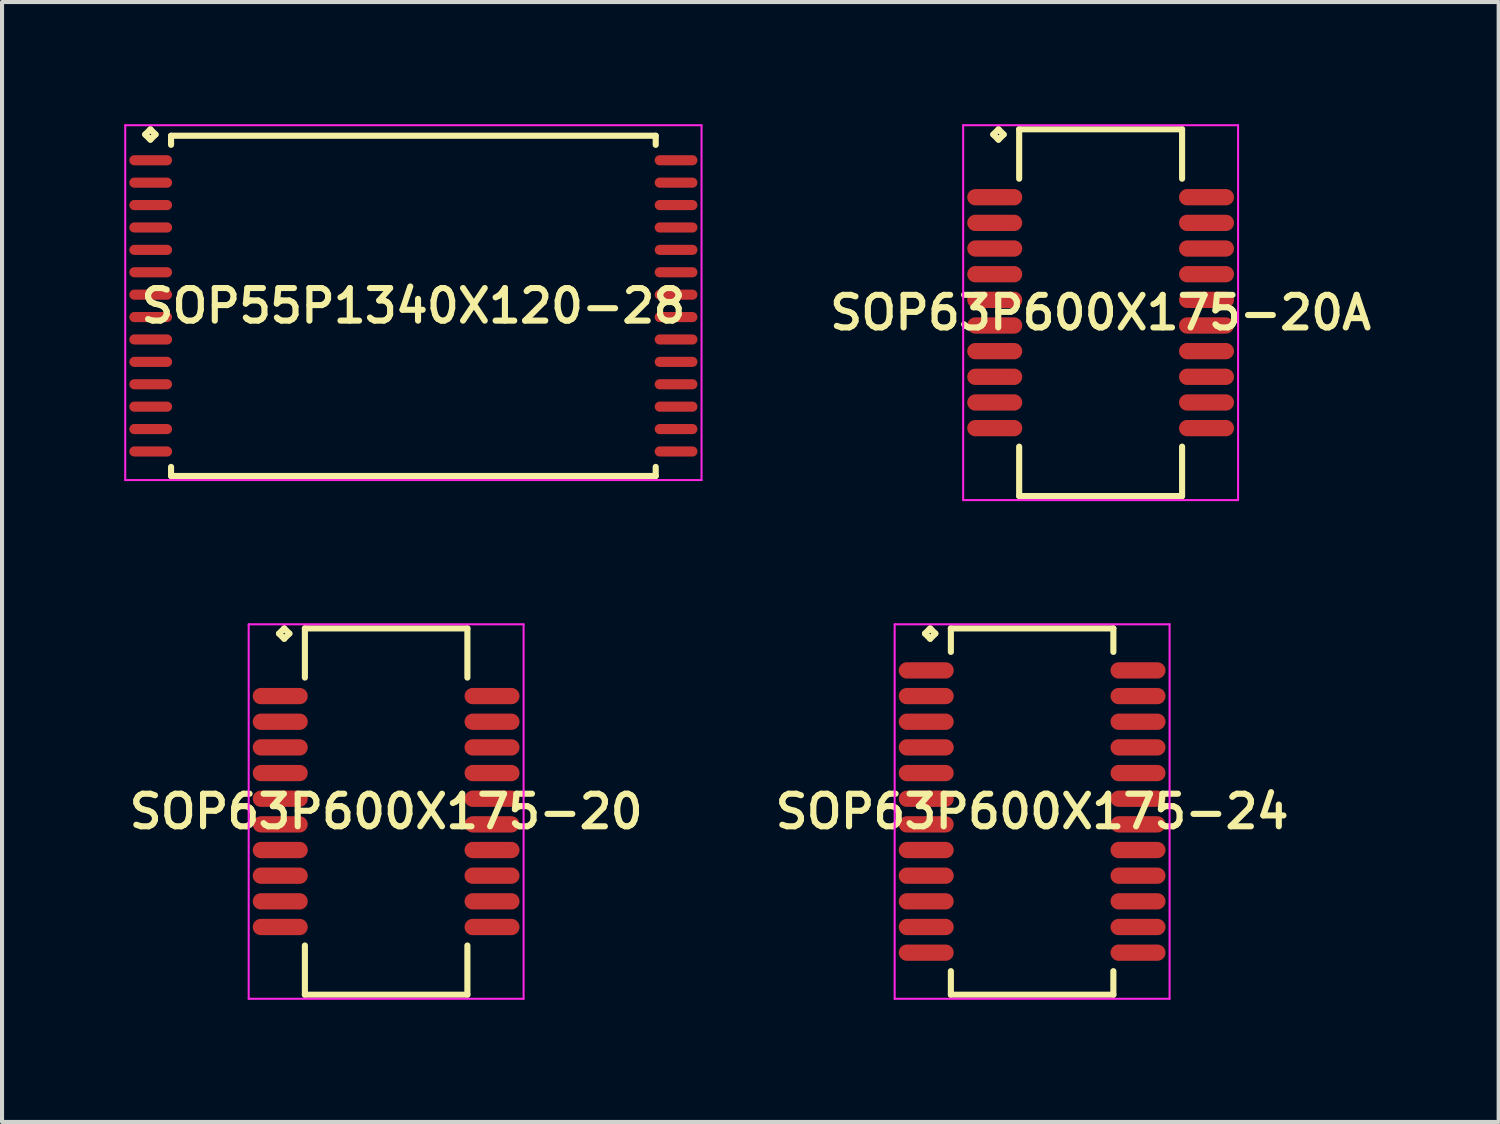
<source format=kicad_pcb>
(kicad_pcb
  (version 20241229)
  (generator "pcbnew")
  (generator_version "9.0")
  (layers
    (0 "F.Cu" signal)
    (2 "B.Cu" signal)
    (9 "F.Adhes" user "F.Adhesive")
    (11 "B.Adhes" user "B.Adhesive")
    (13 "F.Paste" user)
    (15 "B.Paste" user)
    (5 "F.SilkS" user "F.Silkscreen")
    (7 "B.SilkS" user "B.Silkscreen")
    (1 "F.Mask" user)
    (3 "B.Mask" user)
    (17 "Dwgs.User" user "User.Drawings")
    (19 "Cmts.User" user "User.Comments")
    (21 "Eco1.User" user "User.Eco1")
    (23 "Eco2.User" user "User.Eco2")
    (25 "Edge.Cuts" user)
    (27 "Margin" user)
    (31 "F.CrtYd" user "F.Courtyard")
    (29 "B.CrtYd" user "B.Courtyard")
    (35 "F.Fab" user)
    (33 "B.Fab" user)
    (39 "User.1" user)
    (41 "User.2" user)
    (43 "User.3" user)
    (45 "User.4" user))
  (footprint "SOP63P600X175-24"
    (layer "F.Cu")
    (at 22.292 16.876)
    (property "Reference" "SOP63P600X175-24" (at 0 0 0) (layer "F.SilkS") (effects (font (size 0.8 0.8) (thickness 0.15))))
    (attr smd)
    (fp_line (start -2.63 -4.37) (end -2.503 -4.497) (stroke (width 0.15) (type solid)) (layer "F.SilkS"))
    (fp_line (start -2.503 -4.497) (end -2.376 -4.37) (stroke (width 0.15) (type solid)) (layer "F.SilkS"))
    (fp_line (start -2.503 -4.243) (end -2.63 -4.37) (stroke (width 0.15) (type solid)) (layer "F.SilkS"))
    (fp_line (start -2.376 -4.37) (end -2.503 -4.243) (stroke (width 0.15) (type solid)) (layer "F.SilkS"))
    (fp_line (start -1.995 -4.497) (end 1.995 -4.497) (stroke (width 0.15) (type solid)) (layer "F.SilkS"))
    (fp_line (start -1.995 -3.919) (end -1.995 -4.497) (stroke (width 0.15) (type solid)) (layer "F.SilkS"))
    (fp_line (start -1.995 3.919) (end -1.995 4.497) (stroke (width 0.15) (type solid)) (layer "F.SilkS"))
    (fp_line (start -1.995 4.497) (end 1.995 4.497) (stroke (width 0.15) (type solid)) (layer "F.SilkS"))
    (fp_line (start 1.995 -4.497) (end 1.995 -3.919) (stroke (width 0.15) (type solid)) (layer "F.SilkS"))
    (fp_line (start 1.995 4.497) (end 1.995 3.919) (stroke (width 0.15) (type solid)) (layer "F.SilkS"))
    (fp_line (start -3.375 -4.597) (end 3.375 -4.597) (stroke (width 0.05) (type solid)) (layer "F.CrtYd"))
    (fp_line (start -3.375 4.597) (end -3.375 -4.597) (stroke (width 0.05) (type solid)) (layer "F.CrtYd"))
    (fp_line (start 3.375 -4.597) (end 3.375 4.597) (stroke (width 0.05) (type solid)) (layer "F.CrtYd"))
    (fp_line (start 3.375 4.597) (end -3.375 4.597) (stroke (width 0.05) (type solid)) (layer "F.CrtYd"))
    (pad "1" smd oval (at -2.6 -3.465) (size 1.35 0.4) (layers "F.Cu" "F.Mask" "F.Paste"))
    (pad "2" smd oval (at -2.6 -2.835) (size 1.35 0.4) (layers "F.Cu" "F.Mask" "F.Paste"))
    (pad "3" smd oval (at -2.6 -2.205) (size 1.35 0.4) (layers "F.Cu" "F.Mask" "F.Paste"))
    (pad "4" smd oval (at -2.6 -1.575) (size 1.35 0.4) (layers "F.Cu" "F.Mask" "F.Paste"))
    (pad "5" smd oval (at -2.6 -0.945) (size 1.35 0.4) (layers "F.Cu" "F.Mask" "F.Paste"))
    (pad "6" smd oval (at -2.6 -0.315) (size 1.35 0.4) (layers "F.Cu" "F.Mask" "F.Paste"))
    (pad "7" smd oval (at -2.6 0.315) (size 1.35 0.4) (layers "F.Cu" "F.Mask" "F.Paste"))
    (pad "8" smd oval (at -2.6 0.945) (size 1.35 0.4) (layers "F.Cu" "F.Mask" "F.Paste"))
    (pad "9" smd oval (at -2.6 1.575) (size 1.35 0.4) (layers "F.Cu" "F.Mask" "F.Paste"))
    (pad "10" smd oval (at -2.6 2.205) (size 1.35 0.4) (layers "F.Cu" "F.Mask" "F.Paste"))
    (pad "11" smd oval (at -2.6 2.835) (size 1.35 0.4) (layers "F.Cu" "F.Mask" "F.Paste"))
    (pad "12" smd oval (at -2.6 3.465) (size 1.35 0.4) (layers "F.Cu" "F.Mask" "F.Paste"))
    (pad "13" smd oval (at 2.6 3.465) (size 1.35 0.4) (layers "F.Cu" "F.Mask" "F.Paste"))
    (pad "14" smd oval (at 2.6 2.835) (size 1.35 0.4) (layers "F.Cu" "F.Mask" "F.Paste"))
    (pad "15" smd oval (at 2.6 2.205) (size 1.35 0.4) (layers "F.Cu" "F.Mask" "F.Paste"))
    (pad "16" smd oval (at 2.6 1.575) (size 1.35 0.4) (layers "F.Cu" "F.Mask" "F.Paste"))
    (pad "17" smd oval (at 2.6 0.945) (size 1.35 0.4) (layers "F.Cu" "F.Mask" "F.Paste"))
    (pad "18" smd oval (at 2.6 0.315) (size 1.35 0.4) (layers "F.Cu" "F.Mask" "F.Paste"))
    (pad "19" smd oval (at 2.6 -0.315) (size 1.35 0.4) (layers "F.Cu" "F.Mask" "F.Paste"))
    (pad "20" smd oval (at 2.6 -0.945) (size 1.35 0.4) (layers "F.Cu" "F.Mask" "F.Paste"))
    (pad "21" smd oval (at 2.6 -1.575) (size 1.35 0.4) (layers "F.Cu" "F.Mask" "F.Paste"))
    (pad "22" smd oval (at 2.6 -2.205) (size 1.35 0.4) (layers "F.Cu" "F.Mask" "F.Paste"))
    (pad "23" smd oval (at 2.6 -2.835) (size 1.35 0.4) (layers "F.Cu" "F.Mask" "F.Paste"))
    (pad "24" smd oval (at 2.6 -3.465) (size 1.35 0.4) (layers "F.Cu" "F.Mask" "F.Paste")))
  (footprint "SOP55P1340X120-28"
    (layer "F.Cu")
    (at 7.1 4.46)
    (property "Reference" "SOP55P1340X120-28" (at 0 0 0) (layer "F.SilkS") (effects (font (size 0.8 0.8) (thickness 0.15))))
    (attr smd)
    (fp_line (start -6.585 -4.208) (end -6.458 -4.335) (stroke (width 0.15) (type solid)) (layer "F.SilkS"))
    (fp_line (start -6.458 -4.335) (end -6.331 -4.208) (stroke (width 0.15) (type solid)) (layer "F.SilkS"))
    (fp_line (start -6.458 -4.081) (end -6.585 -4.208) (stroke (width 0.15) (type solid)) (layer "F.SilkS"))
    (fp_line (start -6.331 -4.208) (end -6.458 -4.081) (stroke (width 0.15) (type solid)) (layer "F.SilkS"))
    (fp_line (start -5.95 -4.177) (end 5.95 -4.177) (stroke (width 0.15) (type solid)) (layer "F.SilkS"))
    (fp_line (start -5.95 -3.954) (end -5.95 -4.177) (stroke (width 0.15) (type solid)) (layer "F.SilkS"))
    (fp_line (start -5.95 3.954) (end -5.95 4.177) (stroke (width 0.15) (type solid)) (layer "F.SilkS"))
    (fp_line (start -5.95 4.177) (end 5.95 4.177) (stroke (width 0.15) (type solid)) (layer "F.SilkS"))
    (fp_line (start 5.95 -4.177) (end 5.95 -3.954) (stroke (width 0.15) (type solid)) (layer "F.SilkS"))
    (fp_line (start 5.95 4.177) (end 5.95 3.954) (stroke (width 0.15) (type solid)) (layer "F.SilkS"))
    (fp_line (start -7.075 -4.435) (end 7.075 -4.435) (stroke (width 0.05) (type solid)) (layer "F.CrtYd"))
    (fp_line (start -7.075 4.277) (end -7.075 -4.435) (stroke (width 0.05) (type solid)) (layer "F.CrtYd"))
    (fp_line (start 7.075 -4.435) (end 7.075 4.277) (stroke (width 0.05) (type solid)) (layer "F.CrtYd"))
    (fp_line (start 7.075 4.277) (end -7.075 4.277) (stroke (width 0.05) (type solid)) (layer "F.CrtYd"))
    (pad "1" smd oval (at -6.45 -3.575) (size 1.05 0.25) (layers "F.Cu" "F.Mask" "F.Paste"))
    (pad "2" smd oval (at -6.45 -3.025) (size 1.05 0.25) (layers "F.Cu" "F.Mask" "F.Paste"))
    (pad "3" smd oval (at -6.45 -2.475) (size 1.05 0.25) (layers "F.Cu" "F.Mask" "F.Paste"))
    (pad "4" smd oval (at -6.45 -1.925) (size 1.05 0.25) (layers "F.Cu" "F.Mask" "F.Paste"))
    (pad "5" smd oval (at -6.45 -1.375) (size 1.05 0.25) (layers "F.Cu" "F.Mask" "F.Paste"))
    (pad "6" smd oval (at -6.45 -0.825) (size 1.05 0.25) (layers "F.Cu" "F.Mask" "F.Paste"))
    (pad "7" smd oval (at -6.45 -0.275) (size 1.05 0.25) (layers "F.Cu" "F.Mask" "F.Paste"))
    (pad "8" smd oval (at -6.45 0.275) (size 1.05 0.25) (layers "F.Cu" "F.Mask" "F.Paste"))
    (pad "9" smd oval (at -6.45 0.825) (size 1.05 0.25) (layers "F.Cu" "F.Mask" "F.Paste"))
    (pad "10" smd oval (at -6.45 1.375) (size 1.05 0.25) (layers "F.Cu" "F.Mask" "F.Paste"))
    (pad "11" smd oval (at -6.45 1.925) (size 1.05 0.25) (layers "F.Cu" "F.Mask" "F.Paste"))
    (pad "12" smd oval (at -6.45 2.475) (size 1.05 0.25) (layers "F.Cu" "F.Mask" "F.Paste"))
    (pad "13" smd oval (at -6.45 3.025) (size 1.05 0.25) (layers "F.Cu" "F.Mask" "F.Paste"))
    (pad "14" smd oval (at -6.45 3.575) (size 1.05 0.25) (layers "F.Cu" "F.Mask" "F.Paste"))
    (pad "15" smd oval (at 6.45 3.575) (size 1.05 0.25) (layers "F.Cu" "F.Mask" "F.Paste"))
    (pad "16" smd oval (at 6.45 3.025) (size 1.05 0.25) (layers "F.Cu" "F.Mask" "F.Paste"))
    (pad "17" smd oval (at 6.45 2.475) (size 1.05 0.25) (layers "F.Cu" "F.Mask" "F.Paste"))
    (pad "18" smd oval (at 6.45 1.925) (size 1.05 0.25) (layers "F.Cu" "F.Mask" "F.Paste"))
    (pad "19" smd oval (at 6.45 1.375) (size 1.05 0.25) (layers "F.Cu" "F.Mask" "F.Paste"))
    (pad "20" smd oval (at 6.45 0.825) (size 1.05 0.25) (layers "F.Cu" "F.Mask" "F.Paste"))
    (pad "21" smd oval (at 6.45 0.275) (size 1.05 0.25) (layers "F.Cu" "F.Mask" "F.Paste"))
    (pad "22" smd oval (at 6.45 -0.275) (size 1.05 0.25) (layers "F.Cu" "F.Mask" "F.Paste"))
    (pad "23" smd oval (at 6.45 -0.825) (size 1.05 0.25) (layers "F.Cu" "F.Mask" "F.Paste"))
    (pad "24" smd oval (at 6.45 -1.375) (size 1.05 0.25) (layers "F.Cu" "F.Mask" "F.Paste"))
    (pad "25" smd oval (at 6.45 -1.925) (size 1.05 0.25) (layers "F.Cu" "F.Mask" "F.Paste"))
    (pad "26" smd oval (at 6.45 -2.475) (size 1.05 0.25) (layers "F.Cu" "F.Mask" "F.Paste"))
    (pad "27" smd oval (at 6.45 -3.025) (size 1.05 0.25) (layers "F.Cu" "F.Mask" "F.Paste"))
    (pad "28" smd oval (at 6.45 -3.575) (size 1.05 0.25) (layers "F.Cu" "F.Mask" "F.Paste")))
  (footprint "SOP63P600X175-20A"
    (layer "F.Cu")
    (at 23.974 4.627)
    (property "Reference" "SOP63P600X175-20A" (at 0 0 0) (layer "F.SilkS") (effects (font (size 0.8 0.8) (thickness 0.15))))
    (attr smd)
    (fp_line (start -2.635 -4.375) (end -2.508 -4.502) (stroke (width 0.15) (type solid)) (layer "F.SilkS"))
    (fp_line (start -2.508 -4.502) (end -2.381 -4.375) (stroke (width 0.15) (type solid)) (layer "F.SilkS"))
    (fp_line (start -2.508 -4.248) (end -2.635 -4.375) (stroke (width 0.15) (type solid)) (layer "F.SilkS"))
    (fp_line (start -2.381 -4.375) (end -2.508 -4.248) (stroke (width 0.15) (type solid)) (layer "F.SilkS"))
    (fp_line (start -2 -4.502) (end 2 -4.502) (stroke (width 0.15) (type solid)) (layer "F.SilkS"))
    (fp_line (start -2 -3.289) (end -2 -4.502) (stroke (width 0.15) (type solid)) (layer "F.SilkS"))
    (fp_line (start -2 3.289) (end -2 4.502) (stroke (width 0.15) (type solid)) (layer "F.SilkS"))
    (fp_line (start -2 4.502) (end 2 4.502) (stroke (width 0.15) (type solid)) (layer "F.SilkS"))
    (fp_line (start 2 -4.502) (end 2 -3.289) (stroke (width 0.15) (type solid)) (layer "F.SilkS"))
    (fp_line (start 2 4.502) (end 2 3.289) (stroke (width 0.15) (type solid)) (layer "F.SilkS"))
    (fp_line (start -3.375 -4.602) (end 3.375 -4.602) (stroke (width 0.05) (type solid)) (layer "F.CrtYd"))
    (fp_line (start -3.375 4.602) (end -3.375 -4.602) (stroke (width 0.05) (type solid)) (layer "F.CrtYd"))
    (fp_line (start 3.375 -4.602) (end 3.375 4.602) (stroke (width 0.05) (type solid)) (layer "F.CrtYd"))
    (fp_line (start 3.375 4.602) (end -3.375 4.602) (stroke (width 0.05) (type solid)) (layer "F.CrtYd"))
    (pad "1" smd oval (at -2.6 -2.835) (size 1.35 0.4) (layers "F.Cu" "F.Mask" "F.Paste"))
    (pad "2" smd oval (at -2.6 -2.205) (size 1.35 0.4) (layers "F.Cu" "F.Mask" "F.Paste"))
    (pad "3" smd oval (at -2.6 -1.575) (size 1.35 0.4) (layers "F.Cu" "F.Mask" "F.Paste"))
    (pad "4" smd oval (at -2.6 -0.945) (size 1.35 0.4) (layers "F.Cu" "F.Mask" "F.Paste"))
    (pad "5" smd oval (at -2.6 -0.315) (size 1.35 0.4) (layers "F.Cu" "F.Mask" "F.Paste"))
    (pad "6" smd oval (at -2.6 0.315) (size 1.35 0.4) (layers "F.Cu" "F.Mask" "F.Paste"))
    (pad "7" smd oval (at -2.6 0.945) (size 1.35 0.4) (layers "F.Cu" "F.Mask" "F.Paste"))
    (pad "8" smd oval (at -2.6 1.575) (size 1.35 0.4) (layers "F.Cu" "F.Mask" "F.Paste"))
    (pad "9" smd oval (at -2.6 2.205) (size 1.35 0.4) (layers "F.Cu" "F.Mask" "F.Paste"))
    (pad "10" smd oval (at -2.6 2.835) (size 1.35 0.4) (layers "F.Cu" "F.Mask" "F.Paste"))
    (pad "11" smd oval (at 2.6 2.835) (size 1.35 0.4) (layers "F.Cu" "F.Mask" "F.Paste"))
    (pad "12" smd oval (at 2.6 2.205) (size 1.35 0.4) (layers "F.Cu" "F.Mask" "F.Paste"))
    (pad "13" smd oval (at 2.6 1.575) (size 1.35 0.4) (layers "F.Cu" "F.Mask" "F.Paste"))
    (pad "14" smd oval (at 2.6 0.945) (size 1.35 0.4) (layers "F.Cu" "F.Mask" "F.Paste"))
    (pad "15" smd oval (at 2.6 0.315) (size 1.35 0.4) (layers "F.Cu" "F.Mask" "F.Paste"))
    (pad "16" smd oval (at 2.6 -0.315) (size 1.35 0.4) (layers "F.Cu" "F.Mask" "F.Paste"))
    (pad "17" smd oval (at 2.6 -0.945) (size 1.35 0.4) (layers "F.Cu" "F.Mask" "F.Paste"))
    (pad "18" smd oval (at 2.6 -1.575) (size 1.35 0.4) (layers "F.Cu" "F.Mask" "F.Paste"))
    (pad "19" smd oval (at 2.6 -2.205) (size 1.35 0.4) (layers "F.Cu" "F.Mask" "F.Paste"))
    (pad "20" smd oval (at 2.6 -2.835) (size 1.35 0.4) (layers "F.Cu" "F.Mask" "F.Paste")))
  (footprint "SOP63P600X175-20"
    (layer "F.Cu")
    (at 6.431 16.876)
    (property "Reference" "SOP63P600X175-20" (at 0 0 0) (layer "F.SilkS") (effects (font (size 0.8 0.8) (thickness 0.15))))
    (attr smd)
    (fp_line (start -2.63 -4.37) (end -2.503 -4.497) (stroke (width 0.15) (type solid)) (layer "F.SilkS"))
    (fp_line (start -2.503 -4.497) (end -2.376 -4.37) (stroke (width 0.15) (type solid)) (layer "F.SilkS"))
    (fp_line (start -2.503 -4.243) (end -2.63 -4.37) (stroke (width 0.15) (type solid)) (layer "F.SilkS"))
    (fp_line (start -2.376 -4.37) (end -2.503 -4.243) (stroke (width 0.15) (type solid)) (layer "F.SilkS"))
    (fp_line (start -1.995 -4.497) (end 1.995 -4.497) (stroke (width 0.15) (type solid)) (layer "F.SilkS"))
    (fp_line (start -1.995 -3.289) (end -1.995 -4.497) (stroke (width 0.15) (type solid)) (layer "F.SilkS"))
    (fp_line (start -1.995 3.289) (end -1.995 4.497) (stroke (width 0.15) (type solid)) (layer "F.SilkS"))
    (fp_line (start -1.995 4.497) (end 1.995 4.497) (stroke (width 0.15) (type solid)) (layer "F.SilkS"))
    (fp_line (start 1.995 -4.497) (end 1.995 -3.289) (stroke (width 0.15) (type solid)) (layer "F.SilkS"))
    (fp_line (start 1.995 4.497) (end 1.995 3.289) (stroke (width 0.15) (type solid)) (layer "F.SilkS"))
    (fp_line (start -3.375 -4.597) (end 3.375 -4.597) (stroke (width 0.05) (type solid)) (layer "F.CrtYd"))
    (fp_line (start -3.375 4.597) (end -3.375 -4.597) (stroke (width 0.05) (type solid)) (layer "F.CrtYd"))
    (fp_line (start 3.375 -4.597) (end 3.375 4.597) (stroke (width 0.05) (type solid)) (layer "F.CrtYd"))
    (fp_line (start 3.375 4.597) (end -3.375 4.597) (stroke (width 0.05) (type solid)) (layer "F.CrtYd"))
    (pad "1" smd oval (at -2.6 -2.835) (size 1.35 0.4) (layers "F.Cu" "F.Mask" "F.Paste"))
    (pad "2" smd oval (at -2.6 -2.205) (size 1.35 0.4) (layers "F.Cu" "F.Mask" "F.Paste"))
    (pad "3" smd oval (at -2.6 -1.575) (size 1.35 0.4) (layers "F.Cu" "F.Mask" "F.Paste"))
    (pad "4" smd oval (at -2.6 -0.945) (size 1.35 0.4) (layers "F.Cu" "F.Mask" "F.Paste"))
    (pad "5" smd oval (at -2.6 -0.315) (size 1.35 0.4) (layers "F.Cu" "F.Mask" "F.Paste"))
    (pad "6" smd oval (at -2.6 0.315) (size 1.35 0.4) (layers "F.Cu" "F.Mask" "F.Paste"))
    (pad "7" smd oval (at -2.6 0.945) (size 1.35 0.4) (layers "F.Cu" "F.Mask" "F.Paste"))
    (pad "8" smd oval (at -2.6 1.575) (size 1.35 0.4) (layers "F.Cu" "F.Mask" "F.Paste"))
    (pad "9" smd oval (at -2.6 2.205) (size 1.35 0.4) (layers "F.Cu" "F.Mask" "F.Paste"))
    (pad "10" smd oval (at -2.6 2.835) (size 1.35 0.4) (layers "F.Cu" "F.Mask" "F.Paste"))
    (pad "11" smd oval (at 2.6 2.835) (size 1.35 0.4) (layers "F.Cu" "F.Mask" "F.Paste"))
    (pad "12" smd oval (at 2.6 2.205) (size 1.35 0.4) (layers "F.Cu" "F.Mask" "F.Paste"))
    (pad "13" smd oval (at 2.6 1.575) (size 1.35 0.4) (layers "F.Cu" "F.Mask" "F.Paste"))
    (pad "14" smd oval (at 2.6 0.945) (size 1.35 0.4) (layers "F.Cu" "F.Mask" "F.Paste"))
    (pad "15" smd oval (at 2.6 0.315) (size 1.35 0.4) (layers "F.Cu" "F.Mask" "F.Paste"))
    (pad "16" smd oval (at 2.6 -0.315) (size 1.35 0.4) (layers "F.Cu" "F.Mask" "F.Paste"))
    (pad "17" smd oval (at 2.6 -0.945) (size 1.35 0.4) (layers "F.Cu" "F.Mask" "F.Paste"))
    (pad "18" smd oval (at 2.6 -1.575) (size 1.35 0.4) (layers "F.Cu" "F.Mask" "F.Paste"))
    (pad "19" smd oval (at 2.6 -2.205) (size 1.35 0.4) (layers "F.Cu" "F.Mask" "F.Paste"))
    (pad "20" smd oval (at 2.6 -2.835) (size 1.35 0.4) (layers "F.Cu" "F.Mask" "F.Paste")))
  (gr_rect
    (start -3 -3)
    (end 33.747 24.498)
    (stroke (width 0.1) (type default))
    (fill no)
    (layer "Edge.Cuts")))
</source>
